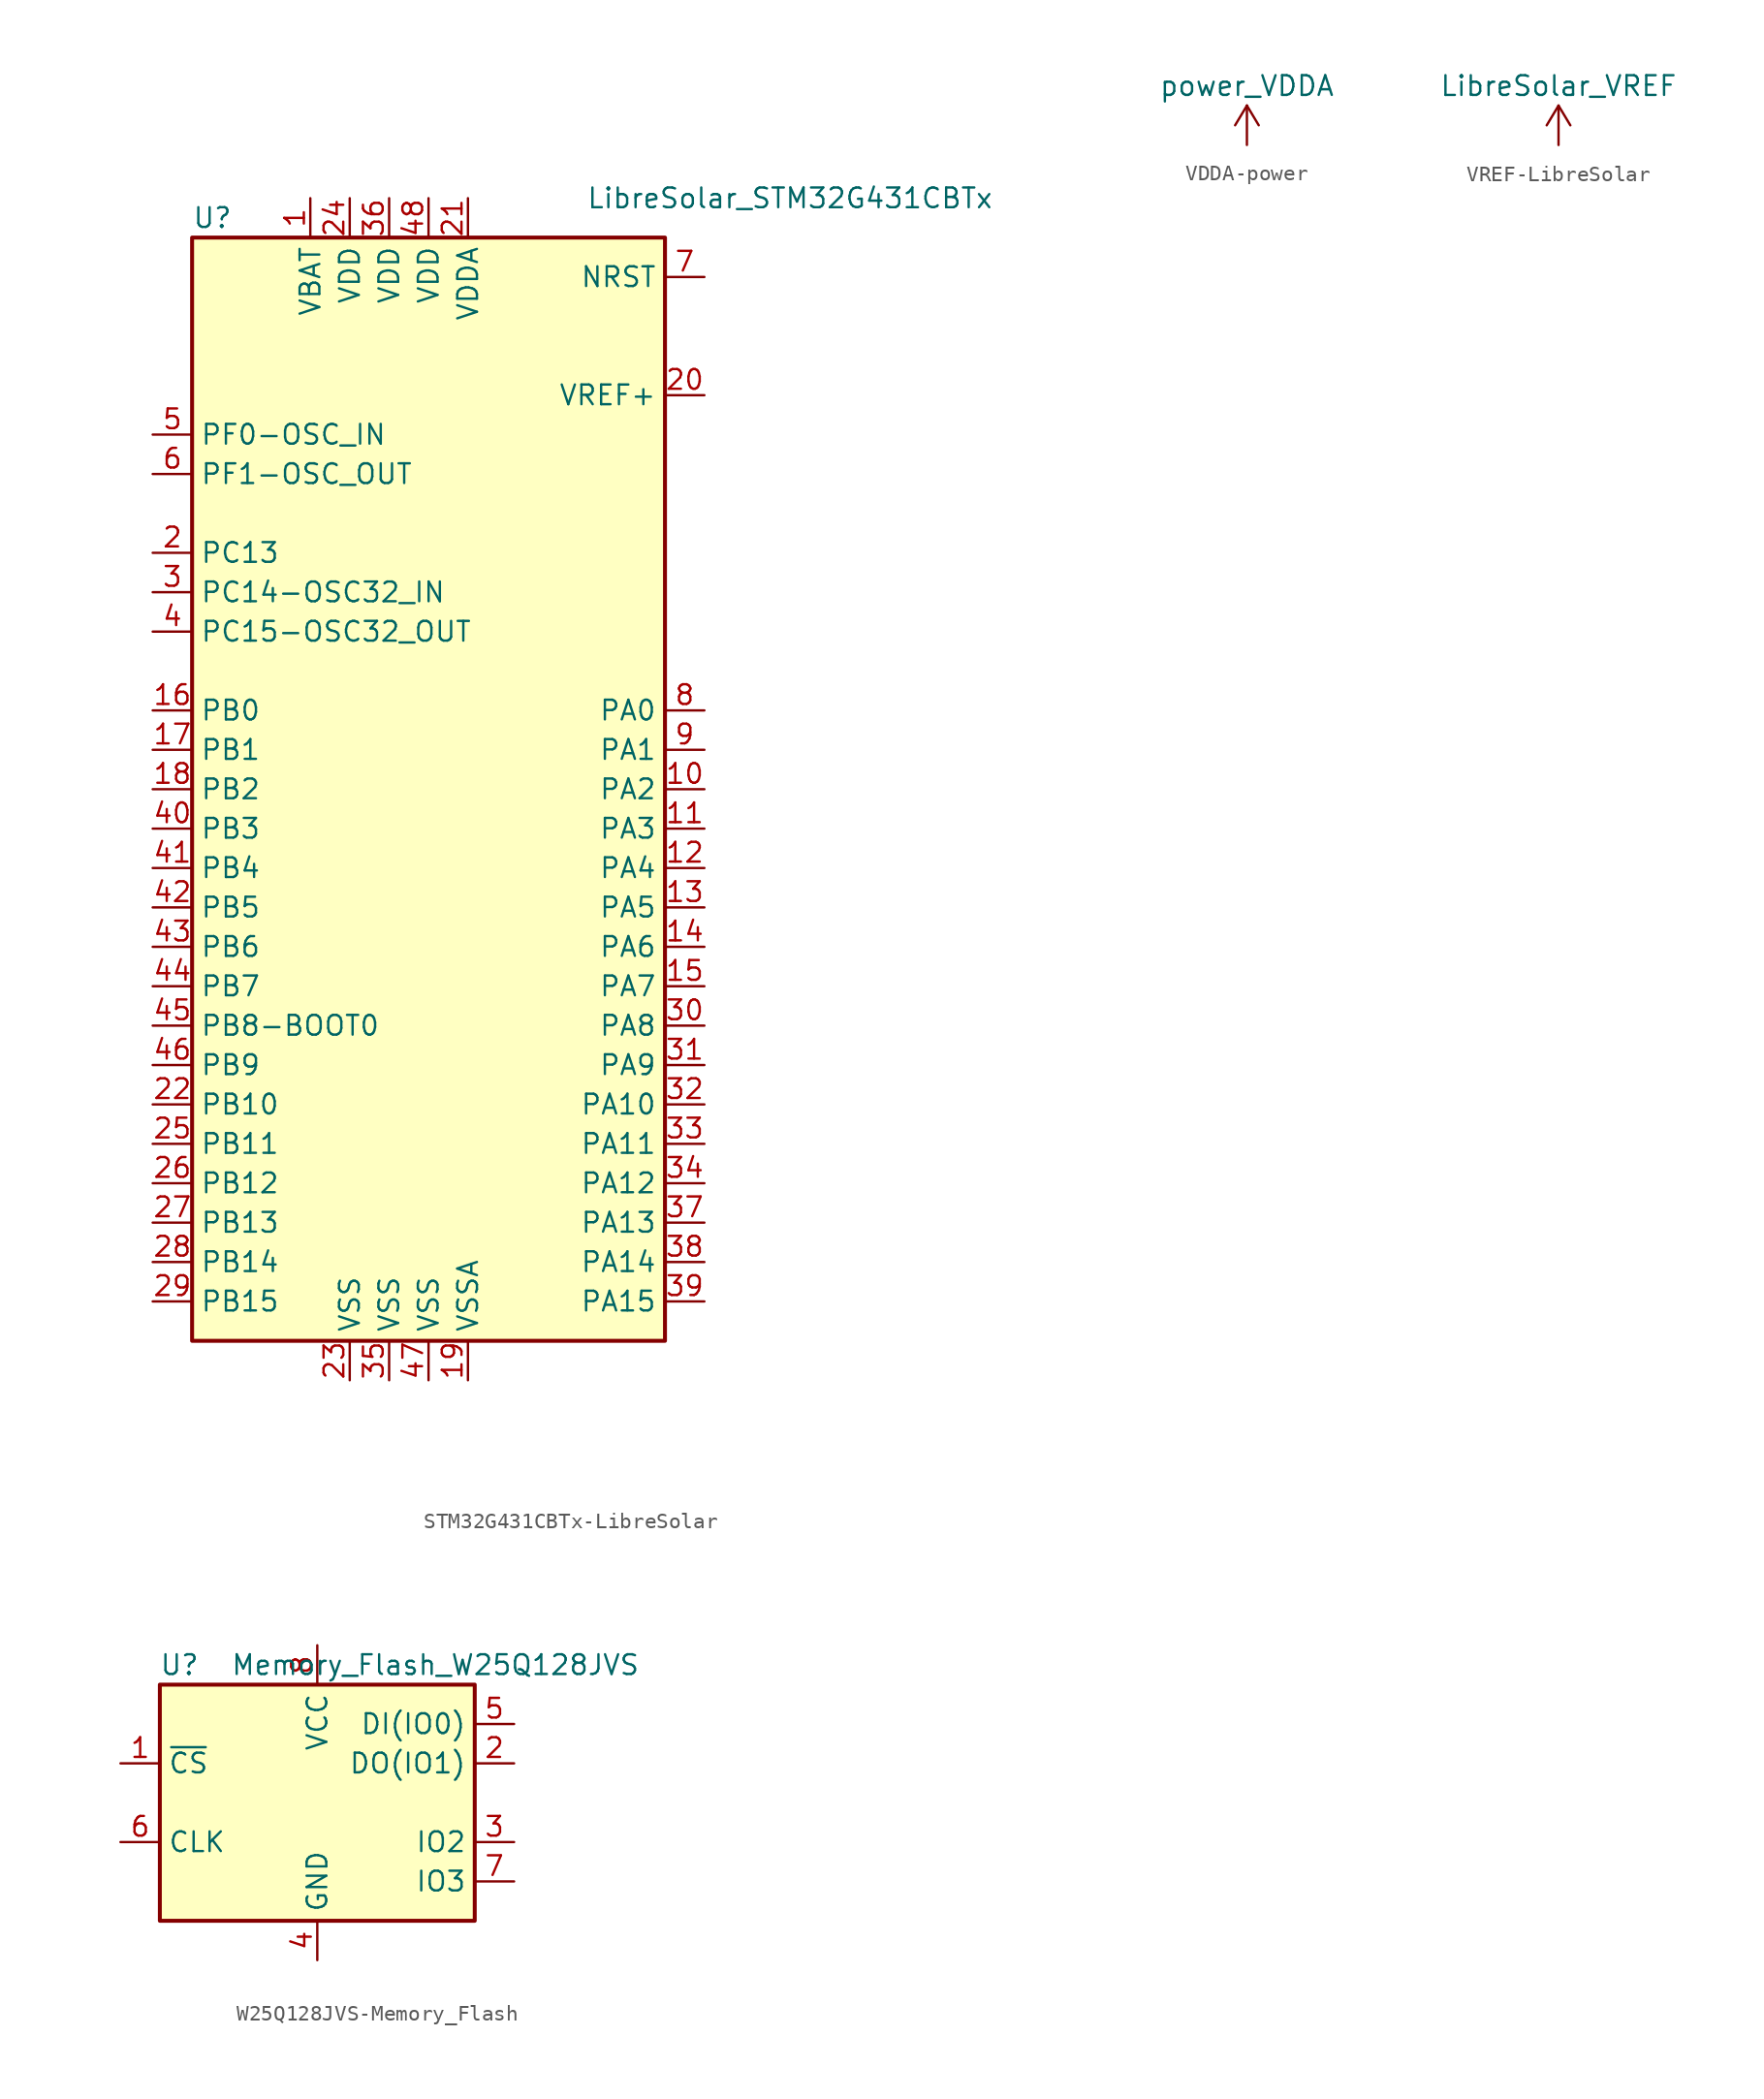
<source format=kicad_sym>
(kicad_symbol_lib
  (version 20241209)
  (generator "kicad_symbol_editor")
  (generator_version "9.0")
  (symbol "STM32G431CBTx-LibreSolar"
    (property "Reference" "U"
      (at -15.24 36.83 0)
      (effects (font (size 1.27 1.27)) (justify left)))
    (property "Value" "LibreSolar_STM32G431CBTx"
      (at 10.16 38.1 0)
      (effects (font (size 1.27 1.27)) (justify left)))
    (symbol "STM32G431CBTx-LibreSolar_0_1"
      (rectangle (start -15.24 -35.56) (end 15.24 35.56) (stroke (width 0.254) (type solid)) (fill (type background))))
    (symbol "STM32G431CBTx-LibreSolar_1_1"
      (pin input line (at -17.78 22.86 0) (length 2.54) (name "PF0-OSC_IN" (effects (font (size 1.27 1.27)))) (number "5" (effects (font (size 1.27 1.27)))))
      (pin input line (at -17.78 20.32 0) (length 2.54) (name "PF1-OSC_OUT" (effects (font (size 1.27 1.27)))) (number "6" (effects (font (size 1.27 1.27)))))
      (pin bidirectional line (at -17.78 15.24 0) (length 2.54) (name "PC13" (effects (font (size 1.27 1.27)))) (number "2" (effects (font (size 1.27 1.27)))))
      (pin bidirectional line (at -17.78 12.7 0) (length 2.54) (name "PC14-OSC32_IN" (effects (font (size 1.27 1.27)))) (number "3" (effects (font (size 1.27 1.27)))))
      (pin bidirectional line (at -17.78 10.16 0) (length 2.54) (name "PC15-OSC32_OUT" (effects (font (size 1.27 1.27)))) (number "4" (effects (font (size 1.27 1.27)))))
      (pin bidirectional line (at -17.78 5.08 0) (length 2.54) (name "PB0" (effects (font (size 1.27 1.27)))) (number "16" (effects (font (size 1.27 1.27)))))
      (pin bidirectional line (at -17.78 2.54 0) (length 2.54) (name "PB1" (effects (font (size 1.27 1.27)))) (number "17" (effects (font (size 1.27 1.27)))))
      (pin bidirectional line (at -17.78 0 0) (length 2.54) (name "PB2" (effects (font (size 1.27 1.27)))) (number "18" (effects (font (size 1.27 1.27)))))
      (pin bidirectional line (at -17.78 -2.54 0) (length 2.54) (name "PB3" (effects (font (size 1.27 1.27)))) (number "40" (effects (font (size 1.27 1.27)))))
      (pin bidirectional line (at -17.78 -5.08 0) (length 2.54) (name "PB4" (effects (font (size 1.27 1.27)))) (number "41" (effects (font (size 1.27 1.27)))))
      (pin bidirectional line (at -17.78 -7.62 0) (length 2.54) (name "PB5" (effects (font (size 1.27 1.27)))) (number "42" (effects (font (size 1.27 1.27)))))
      (pin bidirectional line (at -17.78 -10.16 0) (length 2.54) (name "PB6" (effects (font (size 1.27 1.27)))) (number "43" (effects (font (size 1.27 1.27)))))
      (pin bidirectional line (at -17.78 -12.7 0) (length 2.54) (name "PB7" (effects (font (size 1.27 1.27)))) (number "44" (effects (font (size 1.27 1.27)))))
      (pin input line (at -17.78 -15.24 0) (length 2.54) (name "PB8-BOOT0" (effects (font (size 1.27 1.27)))) (number "45" (effects (font (size 1.27 1.27)))))
      (pin bidirectional line (at -17.78 -17.78 0) (length 2.54) (name "PB9" (effects (font (size 1.27 1.27)))) (number "46" (effects (font (size 1.27 1.27)))))
      (pin bidirectional line (at -17.78 -20.32 0) (length 2.54) (name "PB10" (effects (font (size 1.27 1.27)))) (number "22" (effects (font (size 1.27 1.27)))))
      (pin bidirectional line (at -17.78 -22.86 0) (length 2.54) (name "PB11" (effects (font (size 1.27 1.27)))) (number "25" (effects (font (size 1.27 1.27)))))
      (pin bidirectional line (at -17.78 -25.4 0) (length 2.54) (name "PB12" (effects (font (size 1.27 1.27)))) (number "26" (effects (font (size 1.27 1.27)))))
      (pin bidirectional line (at -17.78 -27.94 0) (length 2.54) (name "PB13" (effects (font (size 1.27 1.27)))) (number "27" (effects (font (size 1.27 1.27)))))
      (pin bidirectional line (at -17.78 -30.48 0) (length 2.54) (name "PB14" (effects (font (size 1.27 1.27)))) (number "28" (effects (font (size 1.27 1.27)))))
      (pin bidirectional line (at -17.78 -33.02 0) (length 2.54) (name "PB15" (effects (font (size 1.27 1.27)))) (number "29" (effects (font (size 1.27 1.27)))))
      (pin power_in line (at -7.62 38.1 270) (length 2.54) (name "VBAT" (effects (font (size 1.27 1.27)))) (number "1" (effects (font (size 1.27 1.27)))))
      (pin power_in line (at -5.08 38.1 270) (length 2.54) (name "VDD" (effects (font (size 1.27 1.27)))) (number "24" (effects (font (size 1.27 1.27)))))
      (pin power_in line (at -5.08 -38.1 90) (length 2.54) (name "VSS" (effects (font (size 1.27 1.27)))) (number "23" (effects (font (size 1.27 1.27)))))
      (pin power_in line (at -2.54 38.1 270) (length 2.54) (name "VDD" (effects (font (size 1.27 1.27)))) (number "36" (effects (font (size 1.27 1.27)))))
      (pin power_in line (at -2.54 -38.1 90) (length 2.54) (name "VSS" (effects (font (size 1.27 1.27)))) (number "35" (effects (font (size 1.27 1.27)))))
      (pin power_in line (at 0 38.1 270) (length 2.54) (name "VDD" (effects (font (size 1.27 1.27)))) (number "48" (effects (font (size 1.27 1.27)))))
      (pin power_in line (at 0 -38.1 90) (length 2.54) (name "VSS" (effects (font (size 1.27 1.27)))) (number "47" (effects (font (size 1.27 1.27)))))
      (pin power_in line (at 2.54 38.1 270) (length 2.54) (name "VDDA" (effects (font (size 1.27 1.27)))) (number "21" (effects (font (size 1.27 1.27)))))
      (pin power_in line (at 2.54 -38.1 90) (length 2.54) (name "VSSA" (effects (font (size 1.27 1.27)))) (number "19" (effects (font (size 1.27 1.27)))))
      (pin input line (at 17.78 33.02 180) (length 2.54) (name "NRST" (effects (font (size 1.27 1.27)))) (number "7" (effects (font (size 1.27 1.27)))))
      (pin power_in line (at 17.78 25.4 180) (length 2.54) (name "VREF+" (effects (font (size 1.27 1.27)))) (number "20" (effects (font (size 1.27 1.27)))))
      (pin bidirectional line (at 17.78 5.08 180) (length 2.54) (name "PA0" (effects (font (size 1.27 1.27)))) (number "8" (effects (font (size 1.27 1.27)))))
      (pin bidirectional line (at 17.78 2.54 180) (length 2.54) (name "PA1" (effects (font (size 1.27 1.27)))) (number "9" (effects (font (size 1.27 1.27)))))
      (pin bidirectional line (at 17.78 0 180) (length 2.54) (name "PA2" (effects (font (size 1.27 1.27)))) (number "10" (effects (font (size 1.27 1.27)))))
      (pin bidirectional line (at 17.78 -2.54 180) (length 2.54) (name "PA3" (effects (font (size 1.27 1.27)))) (number "11" (effects (font (size 1.27 1.27)))))
      (pin bidirectional line (at 17.78 -5.08 180) (length 2.54) (name "PA4" (effects (font (size 1.27 1.27)))) (number "12" (effects (font (size 1.27 1.27)))))
      (pin bidirectional line (at 17.78 -7.62 180) (length 2.54) (name "PA5" (effects (font (size 1.27 1.27)))) (number "13" (effects (font (size 1.27 1.27)))))
      (pin bidirectional line (at 17.78 -10.16 180) (length 2.54) (name "PA6" (effects (font (size 1.27 1.27)))) (number "14" (effects (font (size 1.27 1.27)))))
      (pin bidirectional line (at 17.78 -12.7 180) (length 2.54) (name "PA7" (effects (font (size 1.27 1.27)))) (number "15" (effects (font (size 1.27 1.27)))))
      (pin bidirectional line (at 17.78 -15.24 180) (length 2.54) (name "PA8" (effects (font (size 1.27 1.27)))) (number "30" (effects (font (size 1.27 1.27)))))
      (pin bidirectional line (at 17.78 -17.78 180) (length 2.54) (name "PA9" (effects (font (size 1.27 1.27)))) (number "31" (effects (font (size 1.27 1.27)))))
      (pin bidirectional line (at 17.78 -20.32 180) (length 2.54) (name "PA10" (effects (font (size 1.27 1.27)))) (number "32" (effects (font (size 1.27 1.27)))))
      (pin bidirectional line (at 17.78 -22.86 180) (length 2.54) (name "PA11" (effects (font (size 1.27 1.27)))) (number "33" (effects (font (size 1.27 1.27)))))
      (pin bidirectional line (at 17.78 -25.4 180) (length 2.54) (name "PA12" (effects (font (size 1.27 1.27)))) (number "34" (effects (font (size 1.27 1.27)))))
      (pin bidirectional line (at 17.78 -27.94 180) (length 2.54) (name "PA13" (effects (font (size 1.27 1.27)))) (number "37" (effects (font (size 1.27 1.27)))))
      (pin bidirectional line (at 17.78 -30.48 180) (length 2.54) (name "PA14" (effects (font (size 1.27 1.27)))) (number "38" (effects (font (size 1.27 1.27)))))
      (pin bidirectional line (at 17.78 -33.02 180) (length 2.54) (name "PA15" (effects (font (size 1.27 1.27)))) (number "39" (effects (font (size 1.27 1.27)))))))
  (symbol "VDDA-power"
    (power)
    (pin_names
      (offset 0))
    (property "Reference" "#PWR"
      (at 0 -3.81 0)
      (effects (font (size 1.27 1.27)) (hide yes)))
    (property "Value" "power_VDDA"
      (at 0 3.81 0)
      (effects (font (size 1.27 1.27))))
    (symbol "VDDA-power_0_1"
      (polyline (pts (xy -0.762 1.27) (xy 0 2.54)) (stroke (width 0) (type solid)) (fill (type none)))
      (polyline (pts (xy 0 2.54) (xy 0.762 1.27)) (stroke (width 0) (type solid)) (fill (type none)))
      (polyline (pts (xy 0 0) (xy 0 2.54)) (stroke (width 0) (type solid)) (fill (type none))))
    (symbol "VDDA-power_1_1"
      (pin power_in line (at 0 0 90) (length 0) (hide yes) (name "VDDA" (effects (font (size 1.27 1.27)))) (number "1" (effects (font (size 1.27 1.27)))))))
  (symbol "VREF-LibreSolar"
    (power)
    (pin_names
      (offset 0))
    (property "Reference" "#PWR"
      (at 0 -3.81 0)
      (effects (font (size 1.27 1.27)) (hide yes)))
    (property "Value" "LibreSolar_VREF"
      (at 0 3.81 0)
      (effects (font (size 1.27 1.27))))
    (symbol "VREF-LibreSolar_0_1"
      (polyline (pts (xy -0.762 1.27) (xy 0 2.54)) (stroke (width 0) (type solid)) (fill (type none)))
      (polyline (pts (xy 0 2.54) (xy 0.762 1.27)) (stroke (width 0) (type solid)) (fill (type none)))
      (polyline (pts (xy 0 0) (xy 0 2.54)) (stroke (width 0) (type solid)) (fill (type none))))
    (symbol "VREF-LibreSolar_1_1"
      (pin power_in line (at 0 0 90) (length 0) (hide yes) (name "VREF" (effects (font (size 1.27 1.27)))) (number "1" (effects (font (size 1.27 1.27)))))))
  (symbol "W25Q128JVS-Memory_Flash"
    (property "Reference" "U"
      (at -8.89 8.89 0)
      (effects (font (size 1.27 1.27))))
    (property "Value" "Memory_Flash_W25Q128JVS"
      (at 7.62 8.89 0)
      (effects (font (size 1.27 1.27))))
    (symbol "W25Q128JVS-Memory_Flash_0_1"
      (rectangle (start -10.16 7.62) (end 10.16 -7.62) (stroke (width 0.254) (type solid)) (fill (type background))))
    (symbol "W25Q128JVS-Memory_Flash_1_1"
      (pin input line (at -12.7 2.54 0) (length 2.54) (name "~{CS}" (effects (font (size 1.27 1.27)))) (number "1" (effects (font (size 1.27 1.27)))))
      (pin input line (at -12.7 -2.54 0) (length 2.54) (name "CLK" (effects (font (size 1.27 1.27)))) (number "6" (effects (font (size 1.27 1.27)))))
      (pin power_in line (at 0 10.16 270) (length 2.54) (name "VCC" (effects (font (size 1.27 1.27)))) (number "8" (effects (font (size 1.27 1.27)))))
      (pin power_in line (at 0 -10.16 90) (length 2.54) (name "GND" (effects (font (size 1.27 1.27)))) (number "4" (effects (font (size 1.27 1.27)))))
      (pin bidirectional line (at 12.7 5.08 180) (length 2.54) (name "DI(IO0)" (effects (font (size 1.27 1.27)))) (number "5" (effects (font (size 1.27 1.27)))))
      (pin bidirectional line (at 12.7 2.54 180) (length 2.54) (name "DO(IO1)" (effects (font (size 1.27 1.27)))) (number "2" (effects (font (size 1.27 1.27)))))
      (pin bidirectional line (at 12.7 -2.54 180) (length 2.54) (name "IO2" (effects (font (size 1.27 1.27)))) (number "3" (effects (font (size 1.27 1.27)))))
      (pin bidirectional line (at 12.7 -5.08 180) (length 2.54) (name "IO3" (effects (font (size 1.27 1.27)))) (number "7" (effects (font (size 1.27 1.27))))))))
</source>
